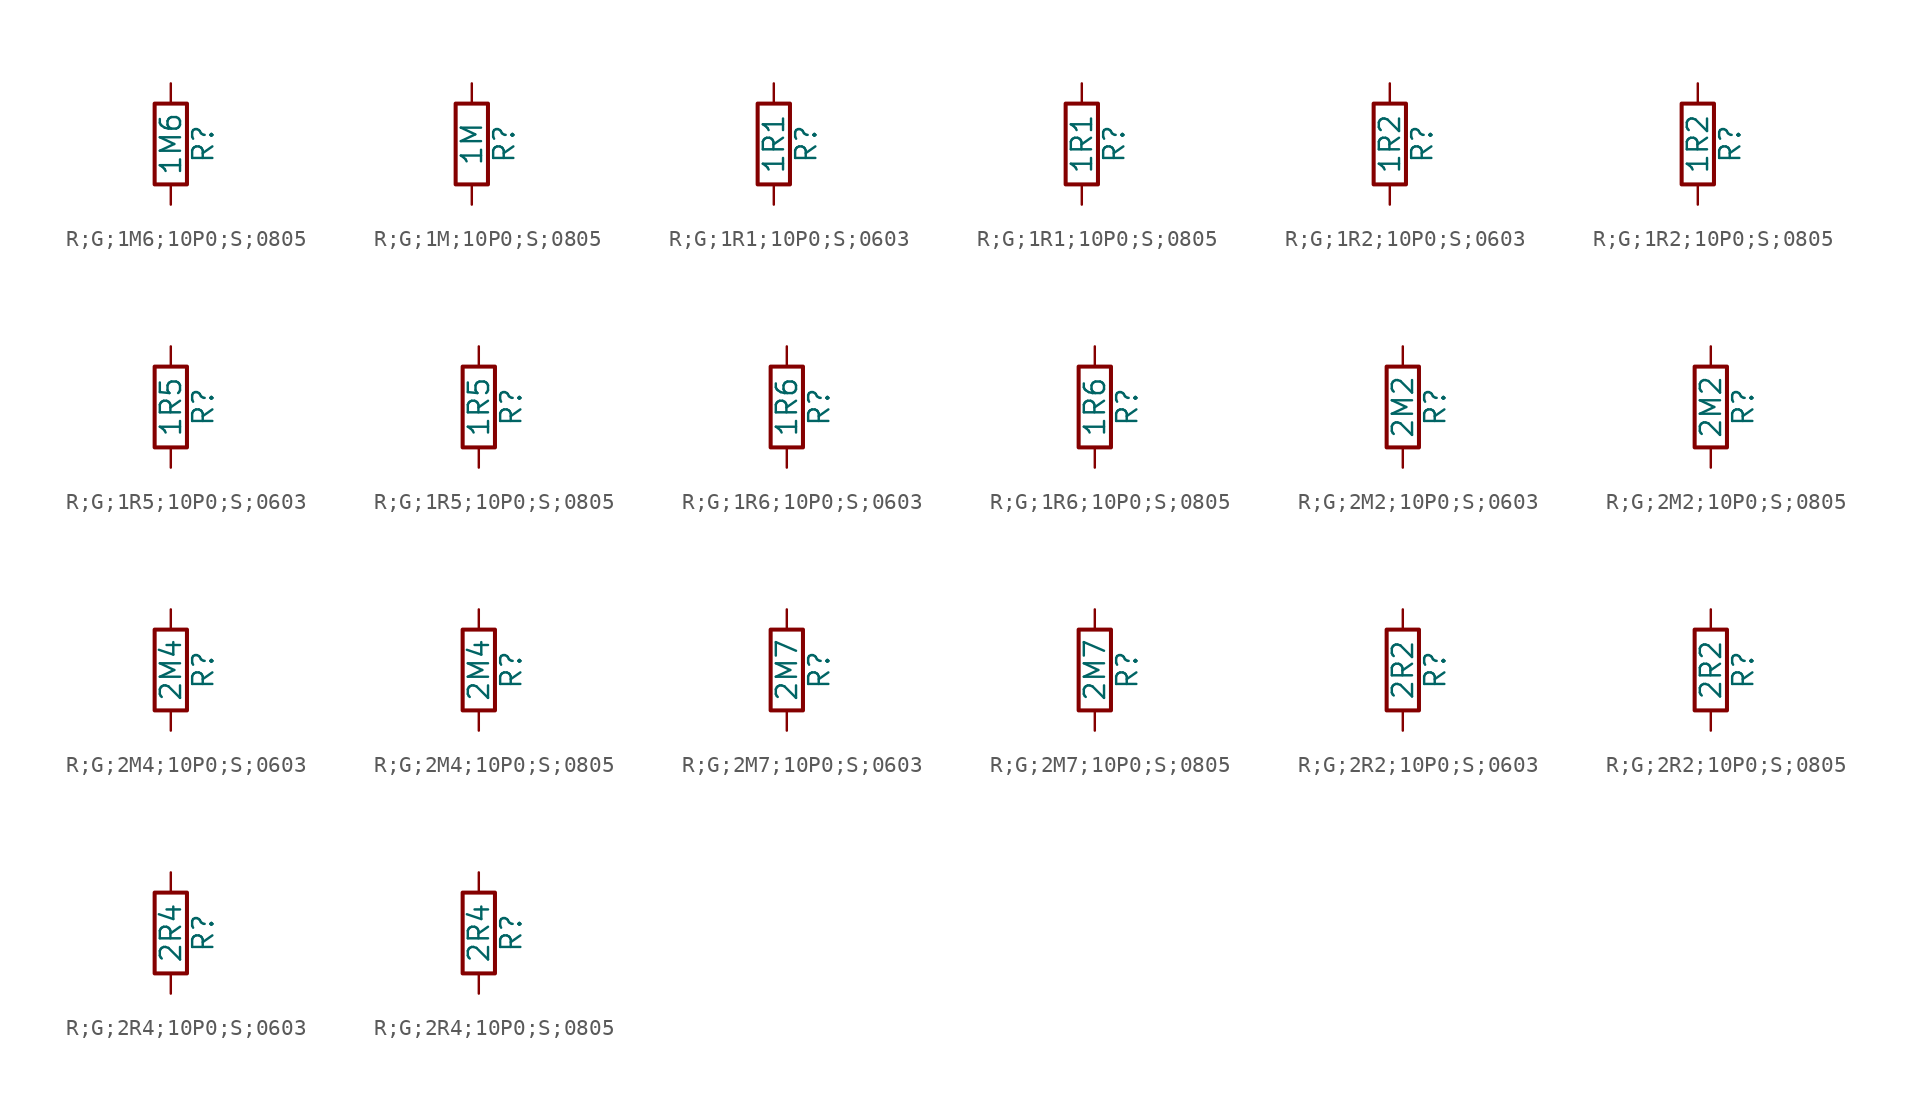
<source format=kicad_sym>
(kicad_symbol_lib
  (version 20231120)
  (generator "kicad_symbol_editor")
  (generator_version "8.0")
  (symbol "R;G;1M6;10P0;S;0805"
    (pin_numbers hide)
    (pin_names
      (offset 0))
    (property "Reference" "R"
      (at 2.032 0 90)
      (effects (font (size 1.27 1.27))))
    (property "Value" "1M6"
      (at 0 0 90)
      (effects (font (size 1.27 1.27))))
    (symbol "R;G;1M6;10P0;S;0805_0_1"
      (rectangle (start -1.016 -2.54) (end 1.016 2.54) (stroke (width 0.254) (type default)) (fill (type none))))
    (symbol "R;G;1M6;10P0;S;0805_1_1"
      (pin passive line (at 0 3.81 270) (length 1.27) (name "~" (effects (font (size 1.27 1.27)))) (number "1" (effects (font (size 1.27 1.27)))))
      (pin passive line (at 0 -3.81 90) (length 1.27) (name "~" (effects (font (size 1.27 1.27)))) (number "2" (effects (font (size 1.27 1.27)))))))
  (symbol "R;G;1M;10P0;S;0805"
    (pin_numbers hide)
    (pin_names
      (offset 0))
    (property "Reference" "R"
      (at 2.032 0 90)
      (effects (font (size 1.27 1.27))))
    (property "Value" "1M"
      (at 0 0 90)
      (effects (font (size 1.27 1.27))))
    (symbol "R;G;1M;10P0;S;0805_0_1"
      (rectangle (start -1.016 -2.54) (end 1.016 2.54) (stroke (width 0.254) (type default)) (fill (type none))))
    (symbol "R;G;1M;10P0;S;0805_1_1"
      (pin passive line (at 0 3.81 270) (length 1.27) (name "~" (effects (font (size 1.27 1.27)))) (number "1" (effects (font (size 1.27 1.27)))))
      (pin passive line (at 0 -3.81 90) (length 1.27) (name "~" (effects (font (size 1.27 1.27)))) (number "2" (effects (font (size 1.27 1.27)))))))
  (symbol "R;G;1R1;10P0;S;0603"
    (pin_numbers hide)
    (pin_names
      (offset 0))
    (property "Reference" "R"
      (at 2.032 0 90)
      (effects (font (size 1.27 1.27))))
    (property "Value" "1R1"
      (at 0 0 90)
      (effects (font (size 1.27 1.27))))
    (symbol "R;G;1R1;10P0;S;0603_0_1"
      (rectangle (start -1.016 -2.54) (end 1.016 2.54) (stroke (width 0.254) (type default)) (fill (type none))))
    (symbol "R;G;1R1;10P0;S;0603_1_1"
      (pin passive line (at 0 3.81 270) (length 1.27) (name "~" (effects (font (size 1.27 1.27)))) (number "1" (effects (font (size 1.27 1.27)))))
      (pin passive line (at 0 -3.81 90) (length 1.27) (name "~" (effects (font (size 1.27 1.27)))) (number "2" (effects (font (size 1.27 1.27)))))))
  (symbol "R;G;1R1;10P0;S;0805"
    (pin_numbers hide)
    (pin_names
      (offset 0))
    (property "Reference" "R"
      (at 2.032 0 90)
      (effects (font (size 1.27 1.27))))
    (property "Value" "1R1"
      (at 0 0 90)
      (effects (font (size 1.27 1.27))))
    (symbol "R;G;1R1;10P0;S;0805_0_1"
      (rectangle (start -1.016 -2.54) (end 1.016 2.54) (stroke (width 0.254) (type default)) (fill (type none))))
    (symbol "R;G;1R1;10P0;S;0805_1_1"
      (pin passive line (at 0 3.81 270) (length 1.27) (name "~" (effects (font (size 1.27 1.27)))) (number "1" (effects (font (size 1.27 1.27)))))
      (pin passive line (at 0 -3.81 90) (length 1.27) (name "~" (effects (font (size 1.27 1.27)))) (number "2" (effects (font (size 1.27 1.27)))))))
  (symbol "R;G;1R2;10P0;S;0603"
    (pin_numbers hide)
    (pin_names
      (offset 0))
    (property "Reference" "R"
      (at 2.032 0 90)
      (effects (font (size 1.27 1.27))))
    (property "Value" "1R2"
      (at 0 0 90)
      (effects (font (size 1.27 1.27))))
    (symbol "R;G;1R2;10P0;S;0603_0_1"
      (rectangle (start -1.016 -2.54) (end 1.016 2.54) (stroke (width 0.254) (type default)) (fill (type none))))
    (symbol "R;G;1R2;10P0;S;0603_1_1"
      (pin passive line (at 0 3.81 270) (length 1.27) (name "~" (effects (font (size 1.27 1.27)))) (number "1" (effects (font (size 1.27 1.27)))))
      (pin passive line (at 0 -3.81 90) (length 1.27) (name "~" (effects (font (size 1.27 1.27)))) (number "2" (effects (font (size 1.27 1.27)))))))
  (symbol "R;G;1R2;10P0;S;0805"
    (pin_numbers hide)
    (pin_names
      (offset 0))
    (property "Reference" "R"
      (at 2.032 0 90)
      (effects (font (size 1.27 1.27))))
    (property "Value" "1R2"
      (at 0 0 90)
      (effects (font (size 1.27 1.27))))
    (symbol "R;G;1R2;10P0;S;0805_0_1"
      (rectangle (start -1.016 -2.54) (end 1.016 2.54) (stroke (width 0.254) (type default)) (fill (type none))))
    (symbol "R;G;1R2;10P0;S;0805_1_1"
      (pin passive line (at 0 3.81 270) (length 1.27) (name "~" (effects (font (size 1.27 1.27)))) (number "1" (effects (font (size 1.27 1.27)))))
      (pin passive line (at 0 -3.81 90) (length 1.27) (name "~" (effects (font (size 1.27 1.27)))) (number "2" (effects (font (size 1.27 1.27)))))))
  (symbol "R;G;1R5;10P0;S;0603"
    (pin_numbers hide)
    (pin_names
      (offset 0))
    (property "Reference" "R"
      (at 2.032 0 90)
      (effects (font (size 1.27 1.27))))
    (property "Value" "1R5"
      (at 0 0 90)
      (effects (font (size 1.27 1.27))))
    (symbol "R;G;1R5;10P0;S;0603_0_1"
      (rectangle (start -1.016 -2.54) (end 1.016 2.54) (stroke (width 0.254) (type default)) (fill (type none))))
    (symbol "R;G;1R5;10P0;S;0603_1_1"
      (pin passive line (at 0 3.81 270) (length 1.27) (name "~" (effects (font (size 1.27 1.27)))) (number "1" (effects (font (size 1.27 1.27)))))
      (pin passive line (at 0 -3.81 90) (length 1.27) (name "~" (effects (font (size 1.27 1.27)))) (number "2" (effects (font (size 1.27 1.27)))))))
  (symbol "R;G;1R5;10P0;S;0805"
    (pin_numbers hide)
    (pin_names
      (offset 0))
    (property "Reference" "R"
      (at 2.032 0 90)
      (effects (font (size 1.27 1.27))))
    (property "Value" "1R5"
      (at 0 0 90)
      (effects (font (size 1.27 1.27))))
    (symbol "R;G;1R5;10P0;S;0805_0_1"
      (rectangle (start -1.016 -2.54) (end 1.016 2.54) (stroke (width 0.254) (type default)) (fill (type none))))
    (symbol "R;G;1R5;10P0;S;0805_1_1"
      (pin passive line (at 0 3.81 270) (length 1.27) (name "~" (effects (font (size 1.27 1.27)))) (number "1" (effects (font (size 1.27 1.27)))))
      (pin passive line (at 0 -3.81 90) (length 1.27) (name "~" (effects (font (size 1.27 1.27)))) (number "2" (effects (font (size 1.27 1.27)))))))
  (symbol "R;G;1R6;10P0;S;0603"
    (pin_numbers hide)
    (pin_names
      (offset 0))
    (property "Reference" "R"
      (at 2.032 0 90)
      (effects (font (size 1.27 1.27))))
    (property "Value" "1R6"
      (at 0 0 90)
      (effects (font (size 1.27 1.27))))
    (symbol "R;G;1R6;10P0;S;0603_0_1"
      (rectangle (start -1.016 -2.54) (end 1.016 2.54) (stroke (width 0.254) (type default)) (fill (type none))))
    (symbol "R;G;1R6;10P0;S;0603_1_1"
      (pin passive line (at 0 3.81 270) (length 1.27) (name "~" (effects (font (size 1.27 1.27)))) (number "1" (effects (font (size 1.27 1.27)))))
      (pin passive line (at 0 -3.81 90) (length 1.27) (name "~" (effects (font (size 1.27 1.27)))) (number "2" (effects (font (size 1.27 1.27)))))))
  (symbol "R;G;1R6;10P0;S;0805"
    (pin_numbers hide)
    (pin_names
      (offset 0))
    (property "Reference" "R"
      (at 2.032 0 90)
      (effects (font (size 1.27 1.27))))
    (property "Value" "1R6"
      (at 0 0 90)
      (effects (font (size 1.27 1.27))))
    (symbol "R;G;1R6;10P0;S;0805_0_1"
      (rectangle (start -1.016 -2.54) (end 1.016 2.54) (stroke (width 0.254) (type default)) (fill (type none))))
    (symbol "R;G;1R6;10P0;S;0805_1_1"
      (pin passive line (at 0 3.81 270) (length 1.27) (name "~" (effects (font (size 1.27 1.27)))) (number "1" (effects (font (size 1.27 1.27)))))
      (pin passive line (at 0 -3.81 90) (length 1.27) (name "~" (effects (font (size 1.27 1.27)))) (number "2" (effects (font (size 1.27 1.27)))))))
  (symbol "R;G;2M2;10P0;S;0603"
    (pin_numbers hide)
    (pin_names
      (offset 0))
    (property "Reference" "R"
      (at 2.032 0 90)
      (effects (font (size 1.27 1.27))))
    (property "Value" "2M2"
      (at 0 0 90)
      (effects (font (size 1.27 1.27))))
    (symbol "R;G;2M2;10P0;S;0603_0_1"
      (rectangle (start -1.016 -2.54) (end 1.016 2.54) (stroke (width 0.254) (type default)) (fill (type none))))
    (symbol "R;G;2M2;10P0;S;0603_1_1"
      (pin passive line (at 0 3.81 270) (length 1.27) (name "~" (effects (font (size 1.27 1.27)))) (number "1" (effects (font (size 1.27 1.27)))))
      (pin passive line (at 0 -3.81 90) (length 1.27) (name "~" (effects (font (size 1.27 1.27)))) (number "2" (effects (font (size 1.27 1.27)))))))
  (symbol "R;G;2M2;10P0;S;0805"
    (pin_numbers hide)
    (pin_names
      (offset 0))
    (property "Reference" "R"
      (at 2.032 0 90)
      (effects (font (size 1.27 1.27))))
    (property "Value" "2M2"
      (at 0 0 90)
      (effects (font (size 1.27 1.27))))
    (symbol "R;G;2M2;10P0;S;0805_0_1"
      (rectangle (start -1.016 -2.54) (end 1.016 2.54) (stroke (width 0.254) (type default)) (fill (type none))))
    (symbol "R;G;2M2;10P0;S;0805_1_1"
      (pin passive line (at 0 3.81 270) (length 1.27) (name "~" (effects (font (size 1.27 1.27)))) (number "1" (effects (font (size 1.27 1.27)))))
      (pin passive line (at 0 -3.81 90) (length 1.27) (name "~" (effects (font (size 1.27 1.27)))) (number "2" (effects (font (size 1.27 1.27)))))))
  (symbol "R;G;2M4;10P0;S;0603"
    (pin_numbers hide)
    (pin_names
      (offset 0))
    (property "Reference" "R"
      (at 2.032 0 90)
      (effects (font (size 1.27 1.27))))
    (property "Value" "2M4"
      (at 0 0 90)
      (effects (font (size 1.27 1.27))))
    (symbol "R;G;2M4;10P0;S;0603_0_1"
      (rectangle (start -1.016 -2.54) (end 1.016 2.54) (stroke (width 0.254) (type default)) (fill (type none))))
    (symbol "R;G;2M4;10P0;S;0603_1_1"
      (pin passive line (at 0 3.81 270) (length 1.27) (name "~" (effects (font (size 1.27 1.27)))) (number "1" (effects (font (size 1.27 1.27)))))
      (pin passive line (at 0 -3.81 90) (length 1.27) (name "~" (effects (font (size 1.27 1.27)))) (number "2" (effects (font (size 1.27 1.27)))))))
  (symbol "R;G;2M4;10P0;S;0805"
    (pin_numbers hide)
    (pin_names
      (offset 0))
    (property "Reference" "R"
      (at 2.032 0 90)
      (effects (font (size 1.27 1.27))))
    (property "Value" "2M4"
      (at 0 0 90)
      (effects (font (size 1.27 1.27))))
    (symbol "R;G;2M4;10P0;S;0805_0_1"
      (rectangle (start -1.016 -2.54) (end 1.016 2.54) (stroke (width 0.254) (type default)) (fill (type none))))
    (symbol "R;G;2M4;10P0;S;0805_1_1"
      (pin passive line (at 0 3.81 270) (length 1.27) (name "~" (effects (font (size 1.27 1.27)))) (number "1" (effects (font (size 1.27 1.27)))))
      (pin passive line (at 0 -3.81 90) (length 1.27) (name "~" (effects (font (size 1.27 1.27)))) (number "2" (effects (font (size 1.27 1.27)))))))
  (symbol "R;G;2M7;10P0;S;0603"
    (pin_numbers hide)
    (pin_names
      (offset 0))
    (property "Reference" "R"
      (at 2.032 0 90)
      (effects (font (size 1.27 1.27))))
    (property "Value" "2M7"
      (at 0 0 90)
      (effects (font (size 1.27 1.27))))
    (symbol "R;G;2M7;10P0;S;0603_0_1"
      (rectangle (start -1.016 -2.54) (end 1.016 2.54) (stroke (width 0.254) (type default)) (fill (type none))))
    (symbol "R;G;2M7;10P0;S;0603_1_1"
      (pin passive line (at 0 3.81 270) (length 1.27) (name "~" (effects (font (size 1.27 1.27)))) (number "1" (effects (font (size 1.27 1.27)))))
      (pin passive line (at 0 -3.81 90) (length 1.27) (name "~" (effects (font (size 1.27 1.27)))) (number "2" (effects (font (size 1.27 1.27)))))))
  (symbol "R;G;2M7;10P0;S;0805"
    (pin_numbers hide)
    (pin_names
      (offset 0))
    (property "Reference" "R"
      (at 2.032 0 90)
      (effects (font (size 1.27 1.27))))
    (property "Value" "2M7"
      (at 0 0 90)
      (effects (font (size 1.27 1.27))))
    (symbol "R;G;2M7;10P0;S;0805_0_1"
      (rectangle (start -1.016 -2.54) (end 1.016 2.54) (stroke (width 0.254) (type default)) (fill (type none))))
    (symbol "R;G;2M7;10P0;S;0805_1_1"
      (pin passive line (at 0 3.81 270) (length 1.27) (name "~" (effects (font (size 1.27 1.27)))) (number "1" (effects (font (size 1.27 1.27)))))
      (pin passive line (at 0 -3.81 90) (length 1.27) (name "~" (effects (font (size 1.27 1.27)))) (number "2" (effects (font (size 1.27 1.27)))))))
  (symbol "R;G;2R2;10P0;S;0603"
    (pin_numbers hide)
    (pin_names
      (offset 0))
    (property "Reference" "R"
      (at 2.032 0 90)
      (effects (font (size 1.27 1.27))))
    (property "Value" "2R2"
      (at 0 0 90)
      (effects (font (size 1.27 1.27))))
    (symbol "R;G;2R2;10P0;S;0603_0_1"
      (rectangle (start -1.016 -2.54) (end 1.016 2.54) (stroke (width 0.254) (type default)) (fill (type none))))
    (symbol "R;G;2R2;10P0;S;0603_1_1"
      (pin passive line (at 0 3.81 270) (length 1.27) (name "~" (effects (font (size 1.27 1.27)))) (number "1" (effects (font (size 1.27 1.27)))))
      (pin passive line (at 0 -3.81 90) (length 1.27) (name "~" (effects (font (size 1.27 1.27)))) (number "2" (effects (font (size 1.27 1.27)))))))
  (symbol "R;G;2R2;10P0;S;0805"
    (pin_numbers hide)
    (pin_names
      (offset 0))
    (property "Reference" "R"
      (at 2.032 0 90)
      (effects (font (size 1.27 1.27))))
    (property "Value" "2R2"
      (at 0 0 90)
      (effects (font (size 1.27 1.27))))
    (symbol "R;G;2R2;10P0;S;0805_0_1"
      (rectangle (start -1.016 -2.54) (end 1.016 2.54) (stroke (width 0.254) (type default)) (fill (type none))))
    (symbol "R;G;2R2;10P0;S;0805_1_1"
      (pin passive line (at 0 3.81 270) (length 1.27) (name "~" (effects (font (size 1.27 1.27)))) (number "1" (effects (font (size 1.27 1.27)))))
      (pin passive line (at 0 -3.81 90) (length 1.27) (name "~" (effects (font (size 1.27 1.27)))) (number "2" (effects (font (size 1.27 1.27)))))))
  (symbol "R;G;2R4;10P0;S;0603"
    (pin_numbers hide)
    (pin_names
      (offset 0))
    (property "Reference" "R"
      (at 2.032 0 90)
      (effects (font (size 1.27 1.27))))
    (property "Value" "2R4"
      (at 0 0 90)
      (effects (font (size 1.27 1.27))))
    (symbol "R;G;2R4;10P0;S;0603_0_1"
      (rectangle (start -1.016 -2.54) (end 1.016 2.54) (stroke (width 0.254) (type default)) (fill (type none))))
    (symbol "R;G;2R4;10P0;S;0603_1_1"
      (pin passive line (at 0 3.81 270) (length 1.27) (name "~" (effects (font (size 1.27 1.27)))) (number "1" (effects (font (size 1.27 1.27)))))
      (pin passive line (at 0 -3.81 90) (length 1.27) (name "~" (effects (font (size 1.27 1.27)))) (number "2" (effects (font (size 1.27 1.27)))))))
  (symbol "R;G;2R4;10P0;S;0805"
    (pin_numbers hide)
    (pin_names
      (offset 0))
    (property "Reference" "R"
      (at 2.032 0 90)
      (effects (font (size 1.27 1.27))))
    (property "Value" "2R4"
      (at 0 0 90)
      (effects (font (size 1.27 1.27))))
    (symbol "R;G;2R4;10P0;S;0805_0_1"
      (rectangle (start -1.016 -2.54) (end 1.016 2.54) (stroke (width 0.254) (type default)) (fill (type none))))
    (symbol "R;G;2R4;10P0;S;0805_1_1"
      (pin passive line (at 0 3.81 270) (length 1.27) (name "~" (effects (font (size 1.27 1.27)))) (number "1" (effects (font (size 1.27 1.27)))))
      (pin passive line (at 0 -3.81 90) (length 1.27) (name "~" (effects (font (size 1.27 1.27)))) (number "2" (effects (font (size 1.27 1.27))))))))
</source>
